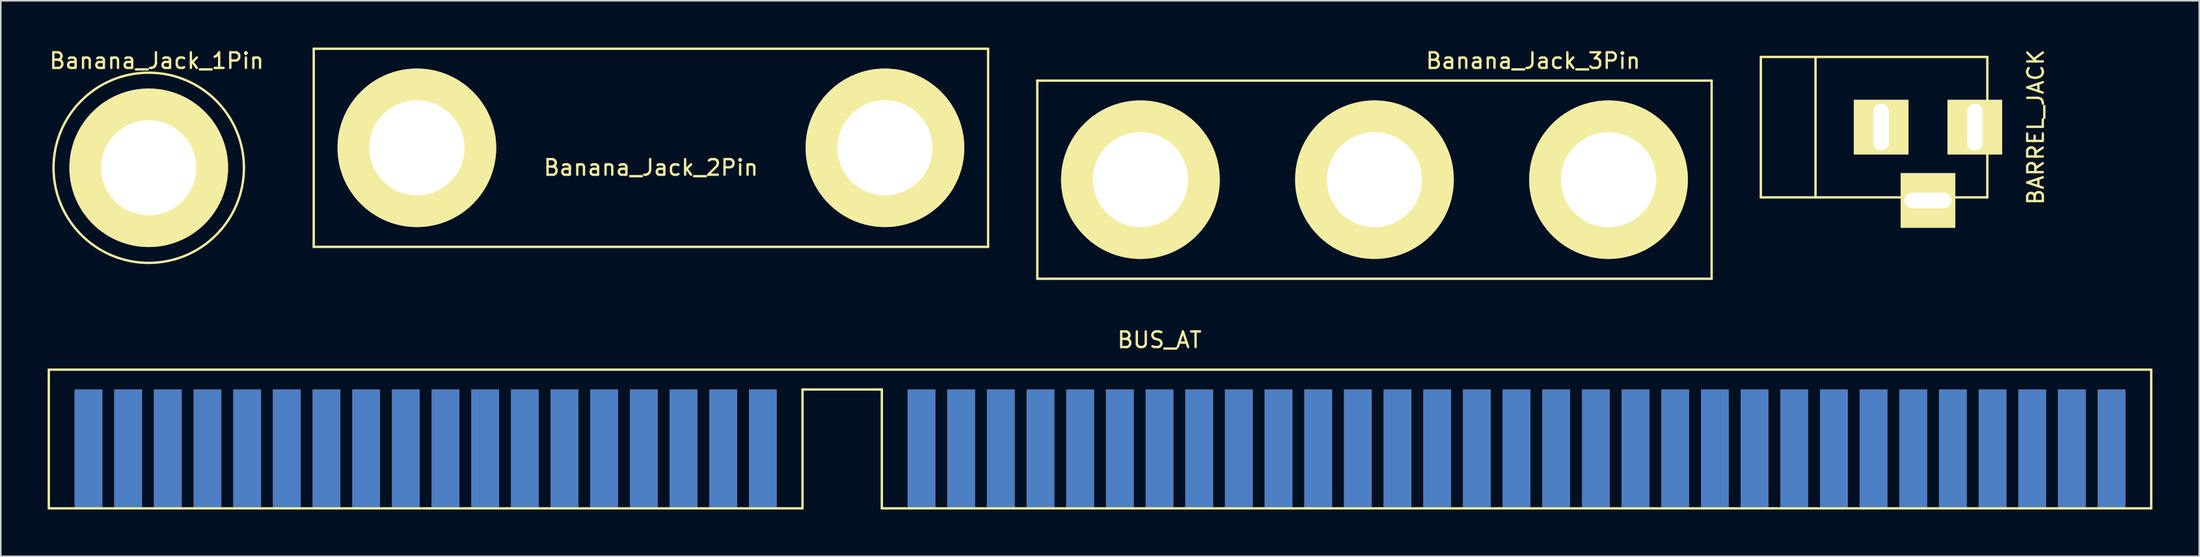
<source format=kicad_pcb>
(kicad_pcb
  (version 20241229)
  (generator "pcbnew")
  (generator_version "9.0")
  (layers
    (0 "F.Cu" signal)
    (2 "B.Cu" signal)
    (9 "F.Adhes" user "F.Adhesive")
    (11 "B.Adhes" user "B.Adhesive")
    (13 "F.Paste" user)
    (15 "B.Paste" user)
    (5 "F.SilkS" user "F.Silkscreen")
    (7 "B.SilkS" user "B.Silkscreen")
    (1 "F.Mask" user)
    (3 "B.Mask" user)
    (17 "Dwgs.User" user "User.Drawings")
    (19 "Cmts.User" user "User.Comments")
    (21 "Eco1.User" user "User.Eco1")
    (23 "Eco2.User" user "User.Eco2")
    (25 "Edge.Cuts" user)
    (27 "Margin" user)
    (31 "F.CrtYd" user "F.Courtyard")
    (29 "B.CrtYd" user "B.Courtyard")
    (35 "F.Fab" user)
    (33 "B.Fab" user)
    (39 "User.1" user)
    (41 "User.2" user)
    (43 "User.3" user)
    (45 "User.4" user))
  (footprint "Banana_Jack_1Pin"
    (layer "F.Cu")
    (at 6.474 7.706)
    (property "Reference" "Banana_Jack_1Pin" (at 0.508 -6.858 0) (layer "F.SilkS") (effects (font (size 1 1) (thickness 0.15))))
    (attr through_hole)
    (fp_circle (center 0 0) (end 0 -6.096) (stroke (width 0.15) (type solid)) (fill no) (layer "F.SilkS"))
    (pad "1" thru_hole circle (at 0 0) (size 10.16 10.16) (drill 6.096) (layers "*.Cu" "*.Mask" "F.SilkS")))
  (footprint "BARREL_JACK"
    (layer "F.Cu")
    (at 117.2 5.101)
    (property "Reference" "BARREL_JACK" (at 10.099 0 90) (layer "F.SilkS") (effects (font (size 1 1) (thickness 0.15))))
    (attr through_hole)
    (fp_line (start -7.501 -4.501) (end -7.501 4.501) (stroke (width 0.15) (type solid)) (layer "F.SilkS"))
    (fp_line (start -7.501 4.501) (end 7 4.501) (stroke (width 0.15) (type solid)) (layer "F.SilkS"))
    (fp_line (start -4 -4.501) (end -4 4.501) (stroke (width 0.15) (type solid)) (layer "F.SilkS"))
    (fp_line (start 7 -4.501) (end -7.501 -4.501) (stroke (width 0.15) (type solid)) (layer "F.SilkS"))
    (fp_line (start 7 4.501) (end 7 -4.501) (stroke (width 0.15) (type solid)) (layer "F.SilkS"))
    (pad "1" thru_hole rect (at 6.2 0) (size 3.5 3.5) (drill oval 1.001 3) (layers "*.Cu" "*.Mask" "F.SilkS"))
    (pad "2" thru_hole rect (at 0.201 0) (size 3.5 3.5) (drill oval 1.001 3) (layers "*.Cu" "*.Mask" "F.SilkS"))
    (pad "3" thru_hole rect (at 3.2 4.699) (size 3.5 3.5) (drill oval 3 1.001) (layers "*.Cu" "*.Mask" "F.SilkS")))
  (footprint "Banana_Jack_2Pin"
    (layer "F.Cu")
    (at 38.629 6.425)
    (property "Reference" "Banana_Jack_2Pin" (at 0 1.27 0) (layer "F.SilkS") (effects (font (size 1 1) (thickness 0.15))))
    (attr through_hole)
    (fp_line (start -21.59 -6.35) (end 21.59 -6.35) (stroke (width 0.15) (type solid)) (layer "F.SilkS"))
    (fp_line (start -21.59 6.35) (end -21.59 -6.35) (stroke (width 0.15) (type solid)) (layer "F.SilkS"))
    (fp_line (start 21.59 -6.35) (end 21.59 6.35) (stroke (width 0.15) (type solid)) (layer "F.SilkS"))
    (fp_line (start 21.59 6.35) (end -21.59 6.35) (stroke (width 0.15) (type solid)) (layer "F.SilkS"))
    (pad "1" thru_hole circle (at -14.986 0) (size 10.16 10.16) (drill 6.096) (layers "*.Cu" "*.Mask" "F.SilkS"))
    (pad "2" thru_hole circle (at 14.986 0) (size 10.16 10.16) (drill 6.096) (layers "*.Cu" "*.Mask" "F.SilkS")))
  (footprint "Banana_Jack_3Pin"
    (layer "F.Cu")
    (at 84.959 8.468)
    (property "Reference" "Banana_Jack_3Pin" (at 10.16 -7.62 0) (layer "F.SilkS") (effects (font (size 1 1) (thickness 0.15))))
    (attr through_hole)
    (fp_line (start -21.59 -6.35) (end 21.59 -6.35) (stroke (width 0.15) (type solid)) (layer "F.SilkS"))
    (fp_line (start -21.59 6.35) (end -21.59 -6.35) (stroke (width 0.15) (type solid)) (layer "F.SilkS"))
    (fp_line (start 21.59 -6.35) (end 21.59 6.35) (stroke (width 0.15) (type solid)) (layer "F.SilkS"))
    (fp_line (start 21.59 6.35) (end -21.59 6.35) (stroke (width 0.15) (type solid)) (layer "F.SilkS"))
    (pad "1" thru_hole circle (at -14.986 0) (size 10.16 10.16) (drill 6.096) (layers "*.Cu" "*.Mask" "F.SilkS"))
    (pad "2" thru_hole circle (at 0 0) (size 10.16 10.16) (drill 6.096) (layers "*.Cu" "*.Mask" "F.SilkS"))
    (pad "3" thru_hole circle (at 14.986 0) (size 10.16 10.16) (drill 6.096) (layers "*.Cu" "*.Mask" "F.SilkS")))
  (footprint "BUS_AT"
    (layer "F.Cu")
    (at 94.055 25.727)
    (property "Reference" "BUS_AT" (at -22.86 -6.985 0) (layer "F.SilkS") (effects (font (size 1 1) (thickness 0.15))))
    (attr through_hole)
    (fp_line (start -93.98 -5.08) (end 40.64 -5.08) (stroke (width 0.15) (type solid)) (layer "F.SilkS"))
    (fp_line (start -93.98 3.81) (end -93.98 -5.08) (stroke (width 0.15) (type solid)) (layer "F.SilkS"))
    (fp_line (start -45.72 -3.81) (end -45.72 3.81) (stroke (width 0.15) (type solid)) (layer "F.SilkS"))
    (fp_line (start -45.72 3.81) (end -93.98 3.81) (stroke (width 0.15) (type solid)) (layer "F.SilkS"))
    (fp_line (start -40.64 -3.81) (end -45.72 -3.81) (stroke (width 0.15) (type solid)) (layer "F.SilkS"))
    (fp_line (start -40.64 3.81) (end -40.64 -3.81) (stroke (width 0.15) (type solid)) (layer "F.SilkS"))
    (fp_line (start 40.64 -5.08) (end 40.64 3.81) (stroke (width 0.15) (type solid)) (layer "F.SilkS"))
    (fp_line (start 40.64 3.81) (end -40.64 3.81) (stroke (width 0.15) (type solid)) (layer "F.SilkS"))
    (pad "1" connect rect (at 38.1 0) (size 1.778 7.62) (layers "B.Cu" "B.Mask"))
    (pad "2" connect rect (at 35.56 0) (size 1.778 7.62) (layers "B.Cu" "B.Mask"))
    (pad "3" connect rect (at 33.02 0) (size 1.778 7.62) (layers "B.Cu" "B.Mask"))
    (pad "4" connect rect (at 30.48 0) (size 1.778 7.62) (layers "B.Cu" "B.Mask"))
    (pad "5" connect rect (at 27.94 0) (size 1.778 7.62) (layers "B.Cu" "B.Mask"))
    (pad "6" connect rect (at 25.4 0) (size 1.778 7.62) (layers "B.Cu" "B.Mask"))
    (pad "7" connect rect (at 22.86 0) (size 1.778 7.62) (layers "B.Cu" "B.Mask"))
    (pad "8" connect rect (at 20.32 0) (size 1.778 7.62) (layers "B.Cu" "B.Mask"))
    (pad "9" connect rect (at 17.78 0) (size 1.778 7.62) (layers "B.Cu" "B.Mask"))
    (pad "10" connect rect (at 15.24 0) (size 1.778 7.62) (layers "B.Cu" "B.Mask"))
    (pad "11" connect rect (at 12.7 0) (size 1.778 7.62) (layers "B.Cu" "B.Mask"))
    (pad "12" connect rect (at 10.16 0) (size 1.778 7.62) (layers "B.Cu" "B.Mask"))
    (pad "13" connect rect (at 7.62 0) (size 1.778 7.62) (layers "B.Cu" "B.Mask"))
    (pad "14" connect rect (at 5.08 0) (size 1.778 7.62) (layers "B.Cu" "B.Mask"))
    (pad "15" connect rect (at 2.54 0) (size 1.778 7.62) (layers "B.Cu" "B.Mask"))
    (pad "16" connect rect (at 0 0) (size 1.778 7.62) (layers "B.Cu" "B.Mask"))
    (pad "17" connect rect (at -2.54 0) (size 1.778 7.62) (layers "B.Cu" "B.Mask"))
    (pad "18" connect rect (at -5.08 0) (size 1.778 7.62) (layers "B.Cu" "B.Mask"))
    (pad "19" connect rect (at -7.62 0) (size 1.778 7.62) (layers "B.Cu" "B.Mask"))
    (pad "20" connect rect (at -10.16 0) (size 1.778 7.62) (layers "B.Cu" "B.Mask"))
    (pad "21" connect rect (at -12.7 0) (size 1.778 7.62) (layers "B.Cu" "B.Mask"))
    (pad "22" connect rect (at -15.24 0) (size 1.778 7.62) (layers "B.Cu" "B.Mask"))
    (pad "23" connect rect (at -17.78 0) (size 1.778 7.62) (layers "B.Cu" "B.Mask"))
    (pad "24" connect rect (at -20.32 0) (size 1.778 7.62) (layers "B.Cu" "B.Mask"))
    (pad "25" connect rect (at -22.86 0) (size 1.778 7.62) (layers "B.Cu" "B.Mask"))
    (pad "26" connect rect (at -25.4 0) (size 1.778 7.62) (layers "B.Cu" "B.Mask"))
    (pad "27" connect rect (at -27.94 0) (size 1.778 7.62) (layers "B.Cu" "B.Mask"))
    (pad "28" connect rect (at -30.48 0) (size 1.778 7.62) (layers "B.Cu" "B.Mask"))
    (pad "29" connect rect (at -33.02 0) (size 1.778 7.62) (layers "B.Cu" "B.Mask"))
    (pad "30" connect rect (at -35.56 0) (size 1.778 7.62) (layers "B.Cu" "B.Mask"))
    (pad "31" connect rect (at -38.1 0) (size 1.778 7.62) (layers "B.Cu" "B.Mask"))
    (pad "32" connect rect (at 38.1 0) (size 1.778 7.62) (layers "F.Cu" "F.Mask"))
    (pad "33" connect rect (at 35.56 0) (size 1.778 7.62) (layers "F.Cu" "F.Mask"))
    (pad "34" connect rect (at 33.02 0) (size 1.778 7.62) (layers "F.Cu" "F.Mask"))
    (pad "35" connect rect (at 30.48 0) (size 1.778 7.62) (layers "F.Cu" "F.Mask"))
    (pad "36" connect rect (at 27.94 0) (size 1.778 7.62) (layers "F.Cu" "F.Mask"))
    (pad "37" connect rect (at 25.4 0) (size 1.778 7.62) (layers "F.Cu" "F.Mask"))
    (pad "38" connect rect (at 22.86 0) (size 1.778 7.62) (layers "F.Cu" "F.Mask"))
    (pad "39" connect rect (at 20.32 0) (size 1.778 7.62) (layers "F.Cu" "F.Mask"))
    (pad "40" connect rect (at 17.78 0) (size 1.778 7.62) (layers "F.Cu" "F.Mask"))
    (pad "41" connect rect (at 15.24 0) (size 1.778 7.62) (layers "F.Cu" "F.Mask"))
    (pad "42" connect rect (at 12.7 0) (size 1.778 7.62) (layers "F.Cu" "F.Mask"))
    (pad "43" connect rect (at 10.16 0) (size 1.778 7.62) (layers "F.Cu" "F.Mask"))
    (pad "44" connect rect (at 7.62 0) (size 1.778 7.62) (layers "F.Cu" "F.Mask"))
    (pad "45" connect rect (at 5.08 0) (size 1.778 7.62) (layers "F.Cu" "F.Mask"))
    (pad "46" connect rect (at 2.54 0) (size 1.778 7.62) (layers "F.Cu" "F.Mask"))
    (pad "47" connect rect (at 0 0) (size 1.778 7.62) (layers "F.Cu" "F.Mask"))
    (pad "48" connect rect (at -2.54 0) (size 1.778 7.62) (layers "F.Cu" "F.Mask"))
    (pad "49" connect rect (at -5.08 0) (size 1.778 7.62) (layers "F.Cu" "F.Mask"))
    (pad "50" connect rect (at -7.62 0) (size 1.778 7.62) (layers "F.Cu" "F.Mask"))
    (pad "51" connect rect (at -10.16 0) (size 1.778 7.62) (layers "F.Cu" "F.Mask"))
    (pad "52" connect rect (at -12.7 0) (size 1.778 7.62) (layers "F.Cu" "F.Mask"))
    (pad "53" connect rect (at -15.24 0) (size 1.778 7.62) (layers "F.Cu" "F.Mask"))
    (pad "54" connect rect (at -17.78 0) (size 1.778 7.62) (layers "F.Cu" "F.Mask"))
    (pad "55" connect rect (at -20.32 0) (size 1.778 7.62) (layers "F.Cu" "F.Mask"))
    (pad "56" connect rect (at -22.86 0) (size 1.778 7.62) (layers "F.Cu" "F.Mask"))
    (pad "57" connect rect (at -25.4 0) (size 1.778 7.62) (layers "F.Cu" "F.Mask"))
    (pad "58" connect rect (at -27.94 0) (size 1.778 7.62) (layers "F.Cu" "F.Mask"))
    (pad "59" connect rect (at -30.48 0) (size 1.778 7.62) (layers "F.Cu" "F.Mask"))
    (pad "60" connect rect (at -33.02 0) (size 1.778 7.62) (layers "F.Cu" "F.Mask"))
    (pad "61" connect rect (at -35.56 0) (size 1.778 7.62) (layers "F.Cu" "F.Mask"))
    (pad "62" connect rect (at -38.1 0) (size 1.778 7.62) (layers "F.Cu" "F.Mask"))
    (pad "63" connect rect (at -48.26 0) (size 1.778 7.62) (layers "B.Cu" "B.Mask"))
    (pad "64" connect rect (at -50.8 0) (size 1.778 7.62) (layers "B.Cu" "B.Mask"))
    (pad "65" connect rect (at -53.34 0) (size 1.778 7.62) (layers "B.Cu" "B.Mask"))
    (pad "66" connect rect (at -55.88 0) (size 1.778 7.62) (layers "B.Cu" "B.Mask"))
    (pad "67" connect rect (at -58.42 0) (size 1.778 7.62) (layers "B.Cu" "B.Mask"))
    (pad "68" connect rect (at -60.96 0) (size 1.778 7.62) (layers "B.Cu" "B.Mask"))
    (pad "69" connect rect (at -63.5 0) (size 1.778 7.62) (layers "B.Cu" "B.Mask"))
    (pad "70" connect rect (at -66.04 0) (size 1.778 7.62) (layers "B.Cu" "B.Mask"))
    (pad "71" connect rect (at -68.58 0) (size 1.778 7.62) (layers "B.Cu" "B.Mask"))
    (pad "72" connect rect (at -71.12 0) (size 1.778 7.62) (layers "B.Cu" "B.Mask"))
    (pad "73" connect rect (at -73.66 0) (size 1.778 7.62) (layers "B.Cu" "B.Mask"))
    (pad "74" connect rect (at -76.2 0) (size 1.778 7.62) (layers "B.Cu" "B.Mask"))
    (pad "75" connect rect (at -78.74 0) (size 1.778 7.62) (layers "B.Cu" "B.Mask"))
    (pad "76" connect rect (at -81.28 0) (size 1.778 7.62) (layers "B.Cu" "B.Mask"))
    (pad "77" connect rect (at -83.82 0) (size 1.778 7.62) (layers "B.Cu" "B.Mask"))
    (pad "78" connect rect (at -86.36 0) (size 1.778 7.62) (layers "B.Cu" "B.Mask"))
    (pad "79" connect rect (at -88.9 0) (size 1.778 7.62) (layers "B.Cu" "B.Mask"))
    (pad "80" connect rect (at -91.44 0) (size 1.778 7.62) (layers "B.Cu" "B.Mask"))
    (pad "81" connect rect (at -48.26 0) (size 1.778 7.62) (layers "F.Cu" "F.Mask"))
    (pad "82" connect rect (at -50.8 0) (size 1.778 7.62) (layers "F.Cu" "F.Mask"))
    (pad "83" connect rect (at -53.34 0) (size 1.778 7.62) (layers "F.Cu" "F.Mask"))
    (pad "84" connect rect (at -55.88 0) (size 1.778 7.62) (layers "F.Cu" "F.Mask"))
    (pad "85" connect rect (at -58.42 0) (size 1.778 7.62) (layers "F.Cu" "F.Mask"))
    (pad "86" connect rect (at -60.96 0) (size 1.778 7.62) (layers "F.Cu" "F.Mask"))
    (pad "87" connect rect (at -63.5 0) (size 1.778 7.62) (layers "F.Cu" "F.Mask"))
    (pad "88" connect rect (at -66.04 0) (size 1.778 7.62) (layers "F.Cu" "F.Mask"))
    (pad "89" connect rect (at -68.58 0) (size 1.778 7.62) (layers "F.Cu" "F.Mask"))
    (pad "90" connect rect (at -71.12 0) (size 1.778 7.62) (layers "F.Cu" "F.Mask"))
    (pad "91" connect rect (at -73.66 0) (size 1.778 7.62) (layers "F.Cu" "F.Mask"))
    (pad "92" connect rect (at -76.2 0) (size 1.778 7.62) (layers "F.Cu" "F.Mask"))
    (pad "93" connect rect (at -78.74 0) (size 1.778 7.62) (layers "F.Cu" "F.Mask"))
    (pad "94" connect rect (at -81.28 0) (size 1.778 7.62) (layers "F.Cu" "F.Mask"))
    (pad "95" connect rect (at -83.82 0) (size 1.778 7.62) (layers "F.Cu" "F.Mask"))
    (pad "96" connect rect (at -86.36 0) (size 1.778 7.62) (layers "F.Cu" "F.Mask"))
    (pad "97" connect rect (at -88.9 0) (size 1.778 7.62) (layers "F.Cu" "F.Mask"))
    (pad "98" connect rect (at -91.44 0) (size 1.778 7.62) (layers "F.Cu" "F.Mask")))
  (gr_rect
    (start -3 -3)
    (end 137.77 32.611)
    (stroke (width 0.1) (type default))
    (fill no)
    (layer "Edge.Cuts")))
</source>
